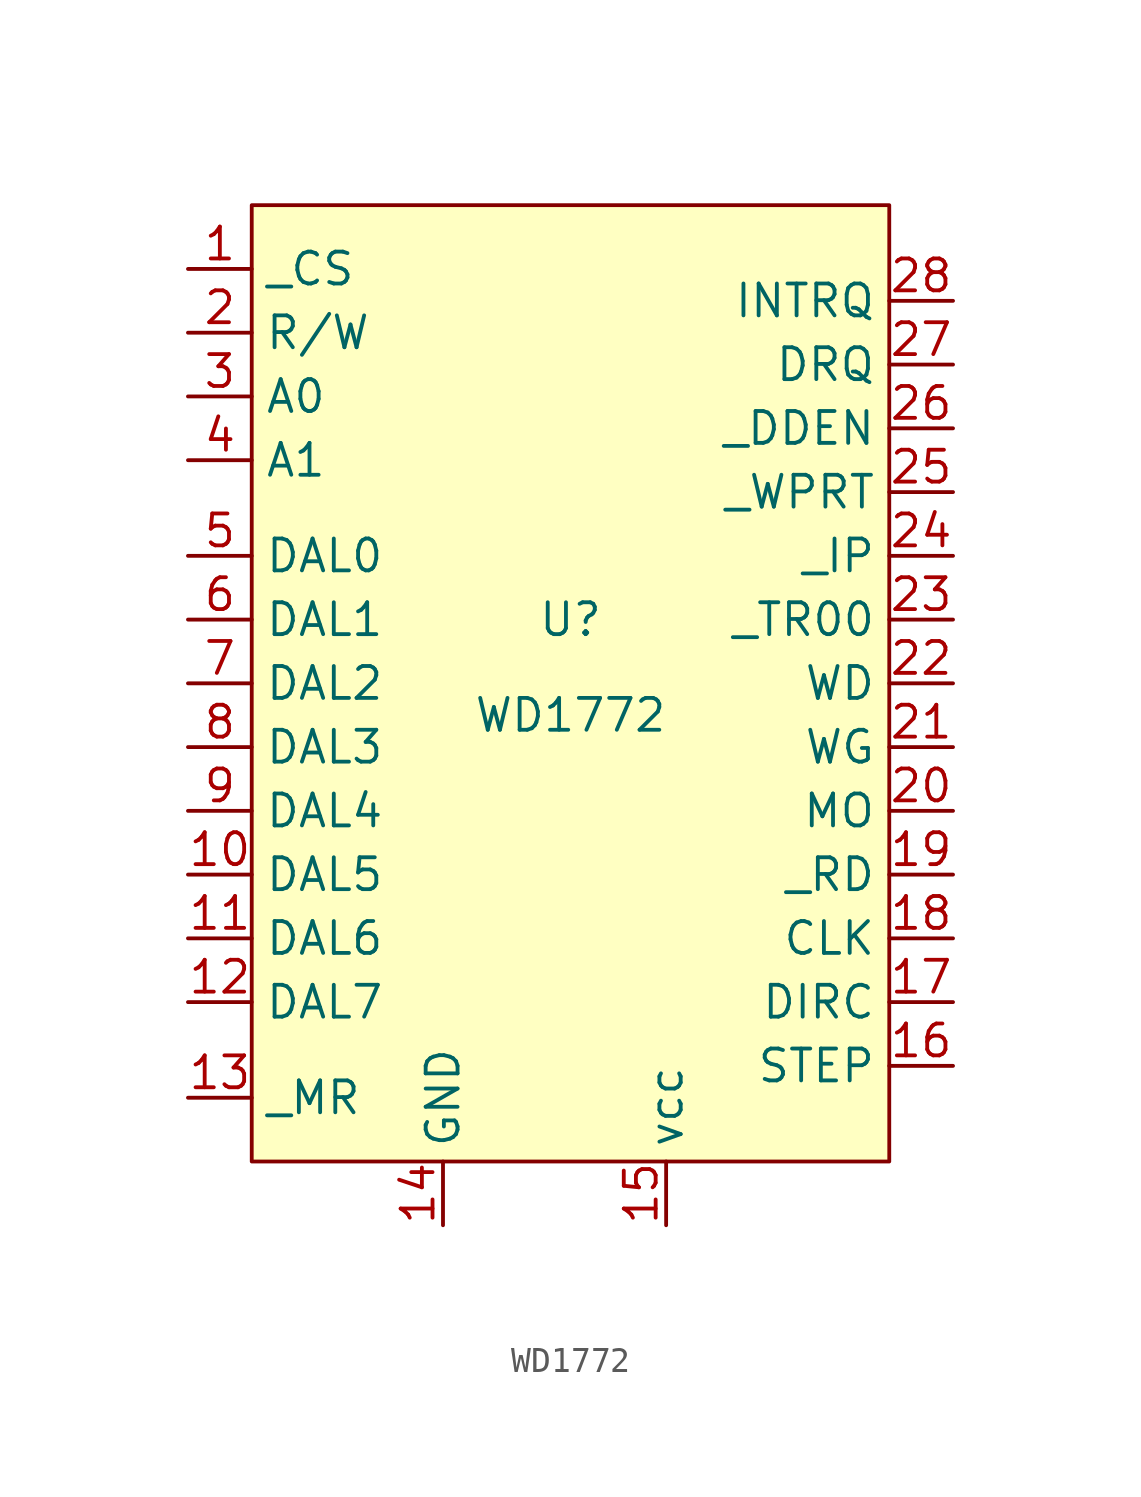
<source format=kicad_sym>
(kicad_symbol_lib
  (version 20211014)
  (generator kicad_symbol_editor)
  (symbol "WD1772"
    (property "Reference" "U"
      (at 0 8.89 0)
      (effects (font (size 1.27 1.27))))
    (property "Value" "WD1772"
      (at 0 5.08 0)
      (effects (font (size 1.27 1.27))))
    (symbol "WD1772_0_1"
      (rectangle (start -12.7 25.4) (end 12.7 -12.7) (stroke (width 0.152) (type default) (color 0 0 0 0)) (fill (type background))))
    (symbol "WD1772_1_1"
      (pin input line (at -15.24 22.86 0) (length 2.54) (name "_CS" (effects (font (size 1.27 1.27)))) (number "1" (effects (font (size 1.27 1.27)))))
      (pin bidirectional line (at -15.24 -1.27 0) (length 2.54) (name "DAL5" (effects (font (size 1.27 1.27)))) (number "10" (effects (font (size 1.27 1.27)))))
      (pin bidirectional line (at -15.24 -3.81 0) (length 2.54) (name "DAL6" (effects (font (size 1.27 1.27)))) (number "11" (effects (font (size 1.27 1.27)))))
      (pin bidirectional line (at -15.24 -6.35 0) (length 2.54) (name "DAL7" (effects (font (size 1.27 1.27)))) (number "12" (effects (font (size 1.27 1.27)))))
      (pin input line (at -15.24 -10.16 0) (length 2.54) (name "_MR" (effects (font (size 1.27 1.27)))) (number "13" (effects (font (size 1.27 1.27)))))
      (pin power_out line (at -5.08 -15.24 90) (length 2.54) (name "GND" (effects (font (size 1.27 1.27)))) (number "14" (effects (font (size 1.27 1.27)))))
      (pin power_out line (at 3.81 -15.24 90) (length 2.54) (name "vcc" (effects (font (size 1.27 1.27)))) (number "15" (effects (font (size 1.27 1.27)))))
      (pin output line (at 15.24 -8.89 180) (length 2.54) (name "STEP" (effects (font (size 1.27 1.27)))) (number "16" (effects (font (size 1.27 1.27)))))
      (pin output line (at 15.24 -6.35 180) (length 2.54) (name "DIRC" (effects (font (size 1.27 1.27)))) (number "17" (effects (font (size 1.27 1.27)))))
      (pin input line (at 15.24 -3.81 180) (length 2.54) (name "CLK" (effects (font (size 1.27 1.27)))) (number "18" (effects (font (size 1.27 1.27)))))
      (pin input line (at 15.24 -1.27 180) (length 2.54) (name "_RD" (effects (font (size 1.27 1.27)))) (number "19" (effects (font (size 1.27 1.27)))))
      (pin input line (at -15.24 20.32 0) (length 2.54) (name "R/W" (effects (font (size 1.27 1.27)))) (number "2" (effects (font (size 1.27 1.27)))))
      (pin output line (at 15.24 1.27 180) (length 2.54) (name "MO" (effects (font (size 1.27 1.27)))) (number "20" (effects (font (size 1.27 1.27)))))
      (pin output line (at 15.24 3.81 180) (length 2.54) (name "WG" (effects (font (size 1.27 1.27)))) (number "21" (effects (font (size 1.27 1.27)))))
      (pin output line (at 15.24 6.35 180) (length 2.54) (name "WD" (effects (font (size 1.27 1.27)))) (number "22" (effects (font (size 1.27 1.27)))))
      (pin input line (at 15.24 8.89 180) (length 2.54) (name "_TR00" (effects (font (size 1.27 1.27)))) (number "23" (effects (font (size 1.27 1.27)))))
      (pin input line (at 15.24 11.43 180) (length 2.54) (name "_IP" (effects (font (size 1.27 1.27)))) (number "24" (effects (font (size 1.27 1.27)))))
      (pin input line (at 15.24 13.97 180) (length 2.54) (name "_WPRT" (effects (font (size 1.27 1.27)))) (number "25" (effects (font (size 1.27 1.27)))))
      (pin input line (at 15.24 16.51 180) (length 2.54) (name "_DDEN" (effects (font (size 1.27 1.27)))) (number "26" (effects (font (size 1.27 1.27)))))
      (pin output line (at 15.24 19.05 180) (length 2.54) (name "DRQ" (effects (font (size 1.27 1.27)))) (number "27" (effects (font (size 1.27 1.27)))))
      (pin output line (at 15.24 21.59 180) (length 2.54) (name "INTRQ" (effects (font (size 1.27 1.27)))) (number "28" (effects (font (size 1.27 1.27)))))
      (pin input line (at -15.24 17.78 0) (length 2.54) (name "A0" (effects (font (size 1.27 1.27)))) (number "3" (effects (font (size 1.27 1.27)))))
      (pin input line (at -15.24 15.24 0) (length 2.54) (name "A1" (effects (font (size 1.27 1.27)))) (number "4" (effects (font (size 1.27 1.27)))))
      (pin bidirectional line (at -15.24 11.43 0) (length 2.54) (name "DAL0" (effects (font (size 1.27 1.27)))) (number "5" (effects (font (size 1.27 1.27)))))
      (pin bidirectional line (at -15.24 8.89 0) (length 2.54) (name "DAL1" (effects (font (size 1.27 1.27)))) (number "6" (effects (font (size 1.27 1.27)))))
      (pin bidirectional line (at -15.24 6.35 0) (length 2.54) (name "DAL2" (effects (font (size 1.27 1.27)))) (number "7" (effects (font (size 1.27 1.27)))))
      (pin bidirectional line (at -15.24 3.81 0) (length 2.54) (name "DAL3" (effects (font (size 1.27 1.27)))) (number "8" (effects (font (size 1.27 1.27)))))
      (pin bidirectional line (at -15.24 1.27 0) (length 2.54) (name "DAL4" (effects (font (size 1.27 1.27)))) (number "9" (effects (font (size 1.27 1.27))))))))
</source>
